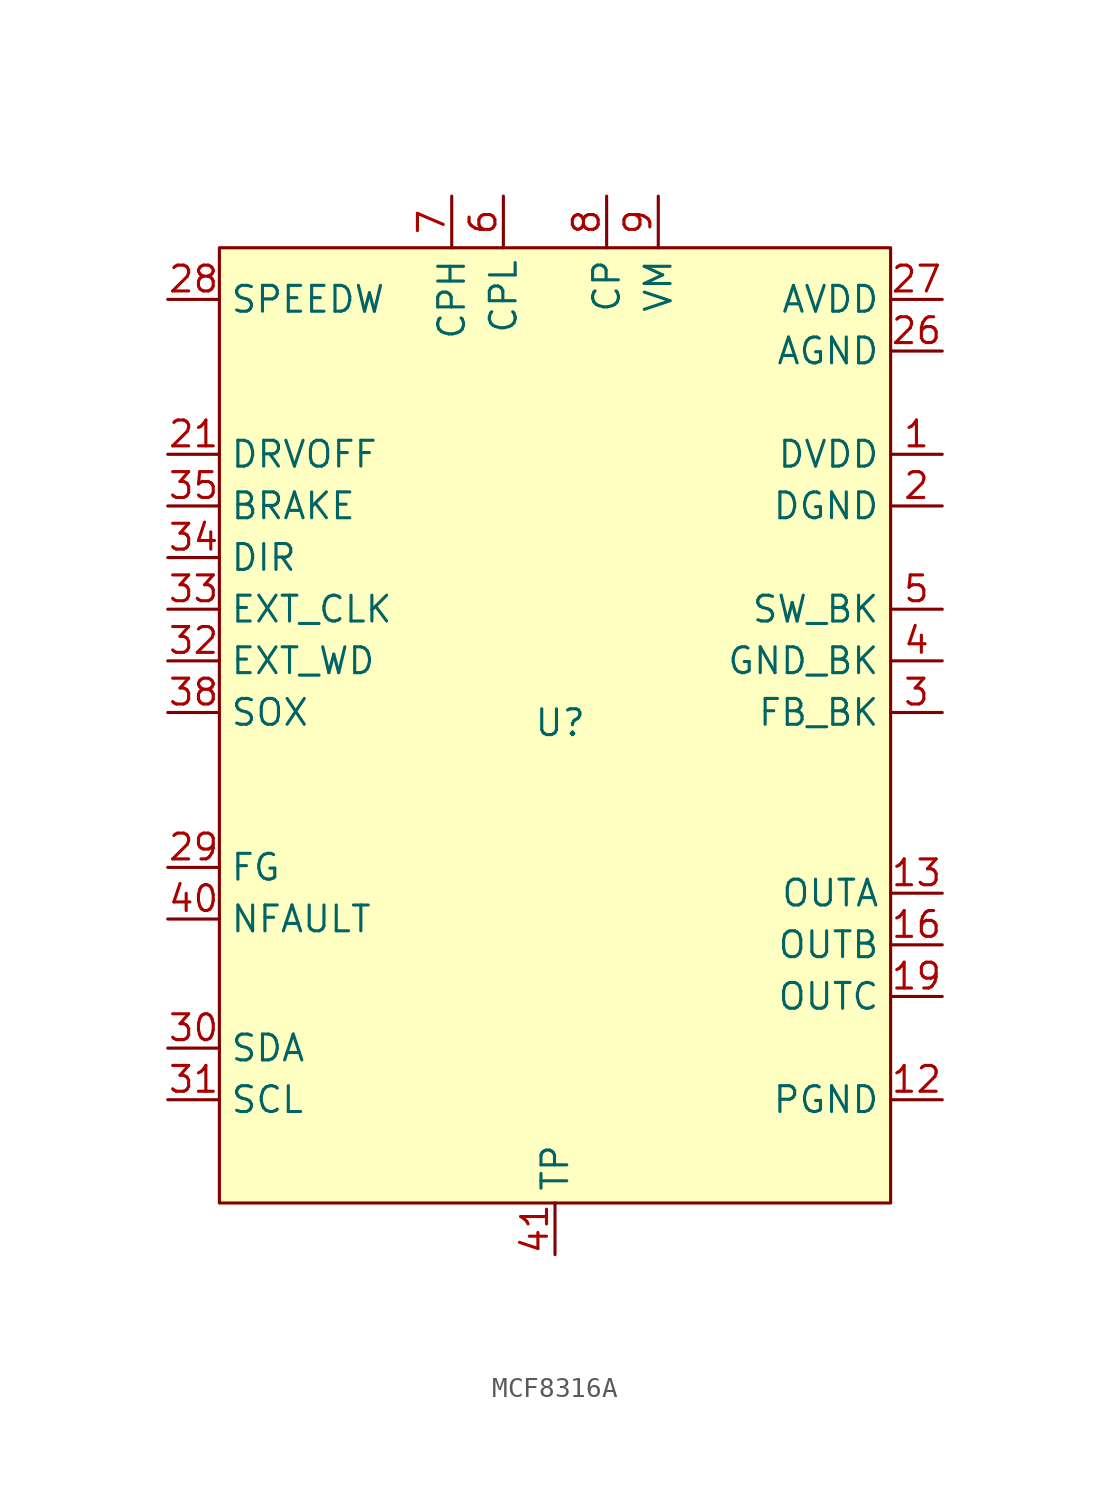
<source format=kicad_sym>
(kicad_symbol_lib
  (version 20231120)
  (generator "kicad_symbol_editor")
  (generator_version "8.0")
  (symbol "MCF8316A"
    (property "Reference" "U"
      (at 0.254 -0.508 0)
      (effects (font (size 1.27 1.27))))
    (property "Value" ""
      (at 10.16 -1.27 0)
      (effects (font (size 1.27 1.27))))
    (symbol "MCF8316A_0_1"
      (rectangle (start -16.51 22.86) (end 16.51 -24.13) (stroke (width 0) (type default)) (fill (type background))))
    (symbol "MCF8316A_1_1"
      (pin power_out line (at 19.05 12.7 180) (length 2.54) (name "DVDD" (effects (font (size 1.27 1.27)))) (number "1" (effects (font (size 1.27 1.27)))))
      (pin passive line (at 5.08 25.4 270) (length 2.54) hide (name "VM" (effects (font (size 1.27 1.27)))) (number "10" (effects (font (size 1.27 1.27)))))
      (pin passive line (at 5.08 25.4 270) (length 2.54) hide (name "VM" (effects (font (size 1.27 1.27)))) (number "11" (effects (font (size 1.27 1.27)))))
      (pin power_in line (at 19.05 -19.05 180) (length 2.54) (name "PGND" (effects (font (size 1.27 1.27)))) (number "12" (effects (font (size 1.27 1.27)))))
      (pin power_out line (at 19.05 -8.89 180) (length 2.54) (name "OUTA" (effects (font (size 1.27 1.27)))) (number "13" (effects (font (size 1.27 1.27)))))
      (pin power_out line (at 19.05 -8.89 180) (length 2.54) hide (name "OUTA" (effects (font (size 1.27 1.27)))) (number "14" (effects (font (size 1.27 1.27)))))
      (pin power_in line (at 19.05 -19.05 180) (length 2.54) hide (name "PGND" (effects (font (size 1.27 1.27)))) (number "15" (effects (font (size 1.27 1.27)))))
      (pin power_out line (at 19.05 -11.43 180) (length 2.54) (name "OUTB" (effects (font (size 1.27 1.27)))) (number "16" (effects (font (size 1.27 1.27)))))
      (pin power_out line (at 19.05 -11.43 180) (length 2.54) hide (name "OUTB" (effects (font (size 1.27 1.27)))) (number "17" (effects (font (size 1.27 1.27)))))
      (pin power_in line (at 19.05 -19.05 180) (length 2.54) hide (name "PGND" (effects (font (size 1.27 1.27)))) (number "18" (effects (font (size 1.27 1.27)))))
      (pin power_out line (at 19.05 -13.97 180) (length 2.54) (name "OUTC" (effects (font (size 1.27 1.27)))) (number "19" (effects (font (size 1.27 1.27)))))
      (pin power_out line (at 19.05 10.16 180) (length 2.54) (name "DGND" (effects (font (size 1.27 1.27)))) (number "2" (effects (font (size 1.27 1.27)))))
      (pin power_out line (at 19.05 -13.97 180) (length 2.54) hide (name "OUTC" (effects (font (size 1.27 1.27)))) (number "20" (effects (font (size 1.27 1.27)))))
      (pin input line (at -19.05 12.7 0) (length 2.54) (name "DRVOFF" (effects (font (size 1.27 1.27)))) (number "21" (effects (font (size 1.27 1.27)))))
      (pin unspecified line (at -8.89 -26.67 90) (length 2.54) hide (name "NC" (effects (font (size 1.27 1.27)))) (number "22" (effects (font (size 1.27 1.27)))))
      (pin unspecified line (at -8.89 -26.67 90) (length 2.54) hide (name "NC" (effects (font (size 1.27 1.27)))) (number "23" (effects (font (size 1.27 1.27)))))
      (pin unspecified line (at -8.89 -26.67 90) (length 2.54) hide (name "NC" (effects (font (size 1.27 1.27)))) (number "24" (effects (font (size 1.27 1.27)))))
      (pin unspecified line (at -8.89 -26.67 90) (length 2.54) hide (name "NC" (effects (font (size 1.27 1.27)))) (number "25" (effects (font (size 1.27 1.27)))))
      (pin power_out line (at 19.05 17.78 180) (length 2.54) (name "AGND" (effects (font (size 1.27 1.27)))) (number "26" (effects (font (size 1.27 1.27)))))
      (pin power_out line (at 19.05 20.32 180) (length 2.54) (name "AVDD" (effects (font (size 1.27 1.27)))) (number "27" (effects (font (size 1.27 1.27)))))
      (pin input line (at -19.05 20.32 0) (length 2.54) (name "SPEEDW" (effects (font (size 1.27 1.27)))) (number "28" (effects (font (size 1.27 1.27)))))
      (pin output line (at -19.05 -7.62 0) (length 2.54) (name "FG" (effects (font (size 1.27 1.27)))) (number "29" (effects (font (size 1.27 1.27)))))
      (pin passive line (at 19.05 0 180) (length 2.54) (name "FB_BK" (effects (font (size 1.27 1.27)))) (number "3" (effects (font (size 1.27 1.27)))))
      (pin bidirectional line (at -19.05 -16.51 0) (length 2.54) (name "SDA" (effects (font (size 1.27 1.27)))) (number "30" (effects (font (size 1.27 1.27)))))
      (pin output line (at -19.05 -19.05 0) (length 2.54) (name "SCL" (effects (font (size 1.27 1.27)))) (number "31" (effects (font (size 1.27 1.27)))))
      (pin input line (at -19.05 2.54 0) (length 2.54) (name "EXT_WD" (effects (font (size 1.27 1.27)))) (number "32" (effects (font (size 1.27 1.27)))))
      (pin input line (at -19.05 5.08 0) (length 2.54) (name "EXT_CLK" (effects (font (size 1.27 1.27)))) (number "33" (effects (font (size 1.27 1.27)))))
      (pin input line (at -19.05 7.62 0) (length 2.54) (name "DIR" (effects (font (size 1.27 1.27)))) (number "34" (effects (font (size 1.27 1.27)))))
      (pin input line (at -19.05 10.16 0) (length 2.54) (name "BRAKE" (effects (font (size 1.27 1.27)))) (number "35" (effects (font (size 1.27 1.27)))))
      (pin unspecified line (at -8.89 -26.67 90) (length 2.54) hide (name "NC" (effects (font (size 1.27 1.27)))) (number "36" (effects (font (size 1.27 1.27)))))
      (pin unspecified line (at -8.89 -26.67 90) (length 2.54) hide (name "NC" (effects (font (size 1.27 1.27)))) (number "37" (effects (font (size 1.27 1.27)))))
      (pin output line (at -19.05 0 0) (length 2.54) (name "SOX" (effects (font (size 1.27 1.27)))) (number "38" (effects (font (size 1.27 1.27)))))
      (pin unspecified line (at -8.89 -26.67 90) (length 2.54) hide (name "NC" (effects (font (size 1.27 1.27)))) (number "39" (effects (font (size 1.27 1.27)))))
      (pin passive line (at 19.05 2.54 180) (length 2.54) (name "GND_BK" (effects (font (size 1.27 1.27)))) (number "4" (effects (font (size 1.27 1.27)))))
      (pin output line (at -19.05 -10.16 0) (length 2.54) (name "NFAULT" (effects (font (size 1.27 1.27)))) (number "40" (effects (font (size 1.27 1.27)))))
      (pin passive line (at 0 -26.67 90) (length 2.54) (name "TP" (effects (font (size 1.27 1.27)))) (number "41" (effects (font (size 1.27 1.27)))))
      (pin passive line (at 19.05 5.08 180) (length 2.54) (name "SW_BK" (effects (font (size 1.27 1.27)))) (number "5" (effects (font (size 1.27 1.27)))))
      (pin passive line (at -2.54 25.4 270) (length 2.54) (name "CPL" (effects (font (size 1.27 1.27)))) (number "6" (effects (font (size 1.27 1.27)))))
      (pin passive line (at -5.08 25.4 270) (length 2.54) (name "CPH" (effects (font (size 1.27 1.27)))) (number "7" (effects (font (size 1.27 1.27)))))
      (pin passive line (at 2.54 25.4 270) (length 2.54) (name "CP" (effects (font (size 1.27 1.27)))) (number "8" (effects (font (size 1.27 1.27)))))
      (pin passive line (at 5.08 25.4 270) (length 2.54) (name "VM" (effects (font (size 1.27 1.27)))) (number "9" (effects (font (size 1.27 1.27))))))))
</source>
